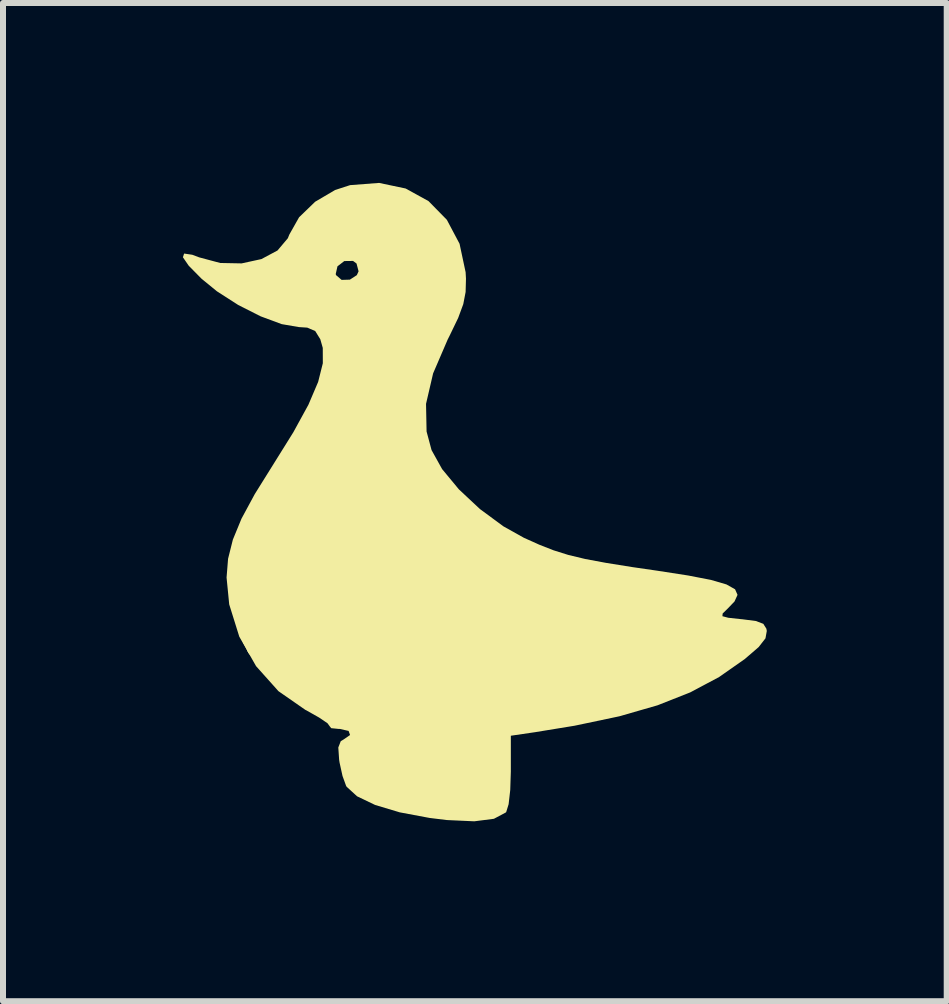
<source format=kicad_pcb>
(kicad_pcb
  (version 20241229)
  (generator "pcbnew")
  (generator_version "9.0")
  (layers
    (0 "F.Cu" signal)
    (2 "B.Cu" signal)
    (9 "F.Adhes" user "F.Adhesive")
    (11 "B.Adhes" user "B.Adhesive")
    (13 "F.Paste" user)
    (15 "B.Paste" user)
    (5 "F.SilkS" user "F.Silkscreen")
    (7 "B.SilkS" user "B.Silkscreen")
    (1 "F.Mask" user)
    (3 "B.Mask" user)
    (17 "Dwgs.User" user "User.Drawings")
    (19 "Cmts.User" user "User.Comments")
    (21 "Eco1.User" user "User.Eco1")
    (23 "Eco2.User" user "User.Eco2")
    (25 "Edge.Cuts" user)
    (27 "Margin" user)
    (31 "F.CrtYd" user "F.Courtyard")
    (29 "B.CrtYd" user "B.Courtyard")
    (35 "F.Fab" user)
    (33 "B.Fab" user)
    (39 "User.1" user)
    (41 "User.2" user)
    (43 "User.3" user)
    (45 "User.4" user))
  (footprint "duck"
    (layer "F.Cu")
    (at 3.468 7.218)
    (property "Reference" "duck" (at 0 0 0) (layer "F.SilkS") (effects (font (size 1.5 1.5) (thickness 0.3))))
    (attr board_only exclude_from_pos_files exclude_from_bom)
    (fp_poly (pts (xy 0.245 -7.125) (xy 0.627 -6.915) (xy 0.933 -6.603) (xy 1.145 -6.203) (xy 1.246 -5.729) (xy 1.252 -5.621) (xy 1.246 -5.399) (xy 1.207 -5.197) (xy 1.122 -4.967) (xy 0.976 -4.664) (xy 0.948 -4.609) (xy 0.704 -4.042) (xy 0.586 -3.534) (xy 0.595 -3.073) (xy 0.678 -2.763) (xy 0.854 -2.446) (xy 1.134 -2.108) (xy 1.486 -1.779) (xy 1.877 -1.491) (xy 2.217 -1.301) (xy 2.475 -1.185) (xy 2.712 -1.092) (xy 2.957 -1.015) (xy 3.24 -0.947) (xy 3.589 -0.882) (xy 4.033 -0.811) (xy 4.439 -0.752) (xy 4.956 -0.672) (xy 5.338 -0.598) (xy 5.595 -0.523) (xy 5.739 -0.442) (xy 5.78 -0.349) (xy 5.73 -0.239) (xy 5.615 -0.119) (xy 5.532 -0.038) (xy 5.528 0.007) (xy 5.626 0.033) (xy 5.847 0.057) (xy 5.853 0.057) (xy 6.086 0.087) (xy 6.21 0.134) (xy 6.261 0.215) (xy 6.268 0.253) (xy 6.246 0.376) (xy 6.132 0.522) (xy 5.908 0.715) (xy 5.907 0.717) (xy 5.473 1.021) (xy 4.992 1.277) (xy 4.445 1.493) (xy 3.809 1.676) (xy 3.064 1.833) (xy 2.403 1.941) (xy 2 2) (xy 2 2.598) (xy 1.99 2.905) (xy 1.963 3.142) (xy 1.923 3.272) (xy 1.917 3.279) (xy 1.718 3.385) (xy 1.39 3.427) (xy 0.933 3.406) (xy 0.646 3.371) (xy 0.145 3.277) (xy -0.264 3.154) (xy -0.564 3.01) (xy -0.738 2.851) (xy -0.748 2.833) (xy -0.807 2.67) (xy -0.856 2.447) (xy -0.863 2.401) (xy -0.877 2.196) (xy -0.836 2.091) (xy -0.788 2.062) (xy -0.681 1.988) (xy -0.705 1.92) (xy -0.849 1.887) (xy -0.867 1.887) (xy -0.995 1.874) (xy -1.019 1.844) (xy -1.057 1.792) (xy -1.197 1.697) (xy -1.409 1.577) (xy -1.426 1.569) (xy -1.875 1.257) (xy -2.248 0.84) (xy -2.528 0.348) (xy -2.696 -0.19) (xy -2.74 -0.638) (xy -2.715 -0.951) (xy -2.635 -1.27) (xy -2.491 -1.62) (xy -2.27 -2.029) (xy -1.973 -2.505) (xy -1.627 -3.06) (xy -1.375 -3.52) (xy -1.213 -3.9) (xy -1.135 -4.211) (xy -1.136 -4.467) (xy -1.177 -4.611) (xy -1.262 -4.748) (xy -1.395 -4.805) (xy -1.534 -4.814) (xy -1.82 -4.863) (xy -2.171 -4.993) (xy -2.545 -5.182) (xy -2.9 -5.41) (xy -3.157 -5.62) (xy -3.234 -5.698) (xy -0.92 -5.698) (xy -0.914 -5.68) (xy -0.822 -5.601) (xy -0.684 -5.605) (xy -0.568 -5.68) (xy -0.539 -5.744) (xy -0.573 -5.874) (xy -0.631 -5.917) (xy -0.777 -5.915) (xy -0.891 -5.827) (xy -0.92 -5.698) (xy -3.234 -5.698) (xy -3.371 -5.837) (xy -3.468 -5.978) (xy -3.448 -6.04) (xy -3.312 -6.02) (xy -3.198 -5.977) (xy -2.846 -5.883) (xy -2.489 -5.876) (xy -2.159 -5.948) (xy -1.891 -6.091) (xy -1.718 -6.296) (xy -1.694 -6.356) (xy -1.531 -6.645) (xy -1.263 -6.904) (xy -0.93 -7.1) (xy -0.68 -7.181) (xy -0.197 -7.218)) (stroke (width 0) (type solid)) (fill yes) (layer "F.SilkS")))
  (gr_rect
    (start -3 -3)
    (end 12.736 13.645)
    (stroke (width 0.1) (type default))
    (fill no)
    (layer "Edge.Cuts")))
</source>
